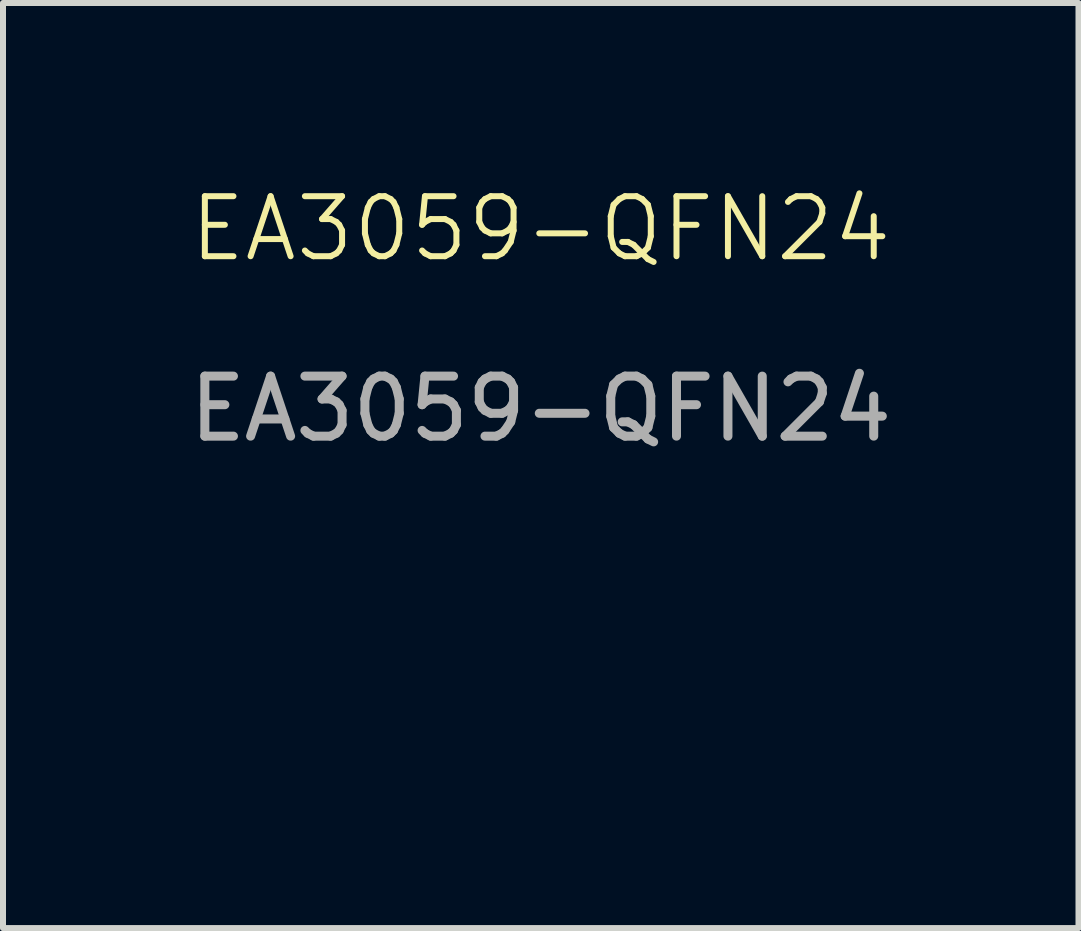
<source format=kicad_pcb>
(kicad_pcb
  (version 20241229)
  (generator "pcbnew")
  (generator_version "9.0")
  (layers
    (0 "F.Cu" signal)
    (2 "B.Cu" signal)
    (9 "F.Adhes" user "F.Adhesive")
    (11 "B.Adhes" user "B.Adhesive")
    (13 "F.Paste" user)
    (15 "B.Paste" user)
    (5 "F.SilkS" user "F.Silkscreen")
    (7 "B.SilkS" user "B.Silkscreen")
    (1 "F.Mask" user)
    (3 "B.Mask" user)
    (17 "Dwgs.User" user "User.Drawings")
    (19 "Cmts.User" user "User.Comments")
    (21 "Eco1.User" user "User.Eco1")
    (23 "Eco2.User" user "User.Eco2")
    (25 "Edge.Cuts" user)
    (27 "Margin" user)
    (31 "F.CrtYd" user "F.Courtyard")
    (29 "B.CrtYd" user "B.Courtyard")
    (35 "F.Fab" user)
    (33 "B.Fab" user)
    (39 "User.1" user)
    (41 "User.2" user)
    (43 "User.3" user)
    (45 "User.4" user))
  (footprint "EA3059-QFN24"
    (layer "F.Cu")
    (at 6.008 9.161)
    (property "Reference" "EA3059-QFN24" (at -0.05 -8.4 0) (unlocked yes) (layer "F.SilkS") (effects (font (size 1 1) (thickness 0.1))))
    (attr smd)
    (fp_text user "${REFERENCE}" (at -0.05 -5.4 0) (unlocked yes) (layer "F.Fab") (effects (font (size 1 1) (thickness 0.15)))))
  (gr_rect
    (start -3 -3)
    (end 14.917 12.411)
    (stroke (width 0.1) (type default))
    (fill no)
    (layer "Edge.Cuts")))
</source>
